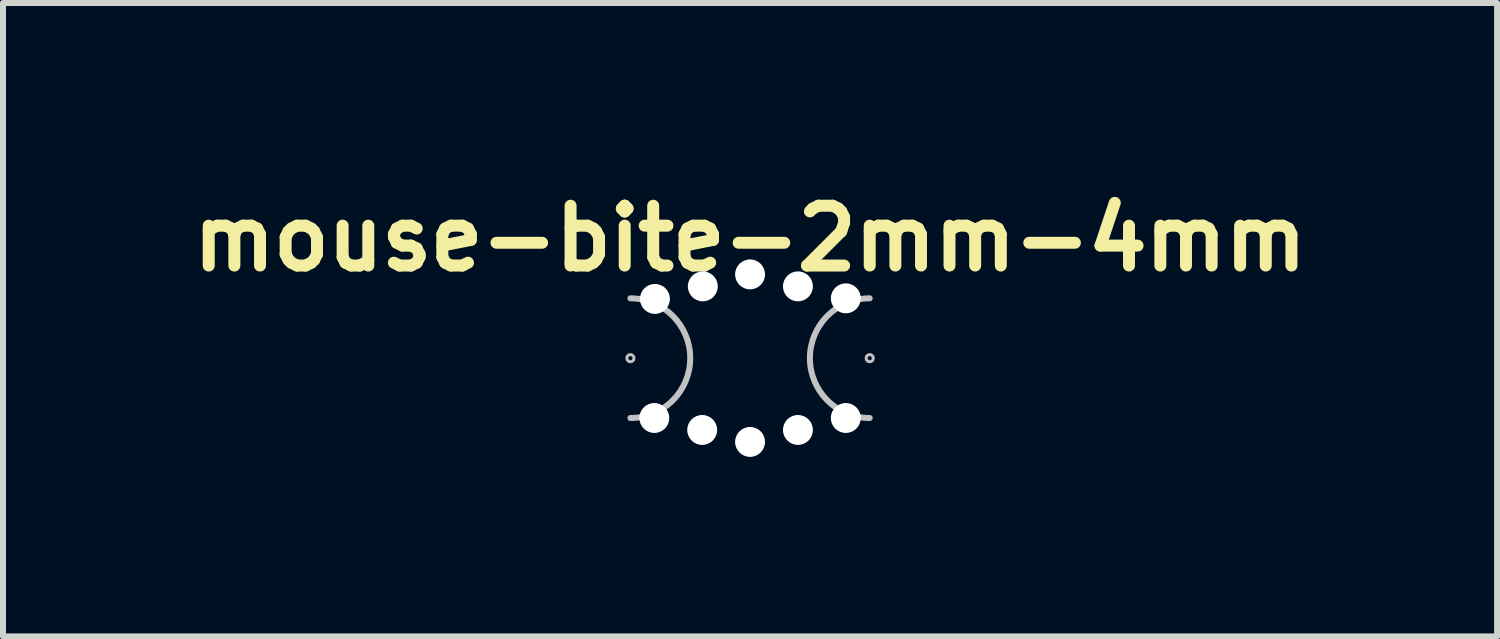
<source format=kicad_pcb>
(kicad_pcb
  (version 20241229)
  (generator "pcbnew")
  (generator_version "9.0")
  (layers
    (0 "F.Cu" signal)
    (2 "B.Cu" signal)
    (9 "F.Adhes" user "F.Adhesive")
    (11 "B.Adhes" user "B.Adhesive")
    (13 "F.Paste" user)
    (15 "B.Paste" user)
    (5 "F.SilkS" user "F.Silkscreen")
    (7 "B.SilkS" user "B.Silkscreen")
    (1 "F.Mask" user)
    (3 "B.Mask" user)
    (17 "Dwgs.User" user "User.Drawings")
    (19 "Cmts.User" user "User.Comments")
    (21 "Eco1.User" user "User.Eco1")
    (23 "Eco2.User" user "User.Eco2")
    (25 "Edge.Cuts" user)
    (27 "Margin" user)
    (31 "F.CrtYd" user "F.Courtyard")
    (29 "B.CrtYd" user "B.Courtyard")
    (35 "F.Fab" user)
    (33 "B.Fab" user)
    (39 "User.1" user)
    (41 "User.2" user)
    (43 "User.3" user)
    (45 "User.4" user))
  (footprint "mouse-bite-2mm-4mm"
    (layer "F.Cu")
    (at 9.486 2.936)
    (property "Reference" "mouse-bite-2mm-4mm" (at 0 -2 0) (layer "F.SilkS") (effects (font (size 1 1) (thickness 0.2))))
    (attr through_hole board_only exclude_from_pos_files exclude_from_bom)
    (fp_arc (start -2 -1) (mid -1 0) (end -2 1) (stroke (width 0.1) (type solid)) (layer "Dwgs.User"))
    (fp_arc (start 2 1) (mid 1 0) (end 2 -1) (stroke (width 0.1) (type solid)) (layer "Dwgs.User"))
    (fp_circle (center -2 0) (end -2 -0.06) (stroke (width 0.05) (type solid)) (fill no) (layer "Dwgs.User"))
    (fp_circle (center 2 0) (end 2.06 0) (stroke (width 0.05) (type solid)) (fill no) (layer "Dwgs.User"))
    (pad "" np_thru_hole circle (at -1.6 1) (size 0.5 0.5) (drill 0.5) (layers "*.Cu" "*.Mask"))
    (pad "" np_thru_hole circle (at -1.59 -0.99) (size 0.5 0.5) (drill 0.5) (layers "*.Cu" "*.Mask"))
    (pad "" np_thru_hole circle (at -0.8 1.2) (size 0.5 0.5) (drill 0.5) (layers "*.Cu" "*.Mask"))
    (pad "" np_thru_hole circle (at -0.79 -1.2) (size 0.5 0.5) (drill 0.5) (layers "*.Cu" "*.Mask"))
    (pad "" np_thru_hole circle (at 0 -1.4) (size 0.5 0.5) (drill 0.5) (layers "*.Cu" "*.Mask"))
    (pad "" np_thru_hole circle (at 0 1.4) (size 0.5 0.5) (drill 0.5) (layers "*.Cu" "*.Mask"))
    (pad "" np_thru_hole circle (at 0.8 -1.2) (size 0.5 0.5) (drill 0.5) (layers "*.Cu" "*.Mask"))
    (pad "" np_thru_hole circle (at 0.8 1.2) (size 0.5 0.5) (drill 0.5) (layers "*.Cu" "*.Mask"))
    (pad "" np_thru_hole circle (at 1.6 -1) (size 0.5 0.5) (drill 0.5) (layers "*.Cu" "*.Mask"))
    (pad "" np_thru_hole circle (at 1.6 1) (size 0.5 0.5) (drill 0.5) (layers "*.Cu" "*.Mask")))
  (gr_rect
    (start -3 -3)
    (end 21.971 7.586)
    (stroke (width 0.1) (type default))
    (fill no)
    (layer "Edge.Cuts")))
</source>
